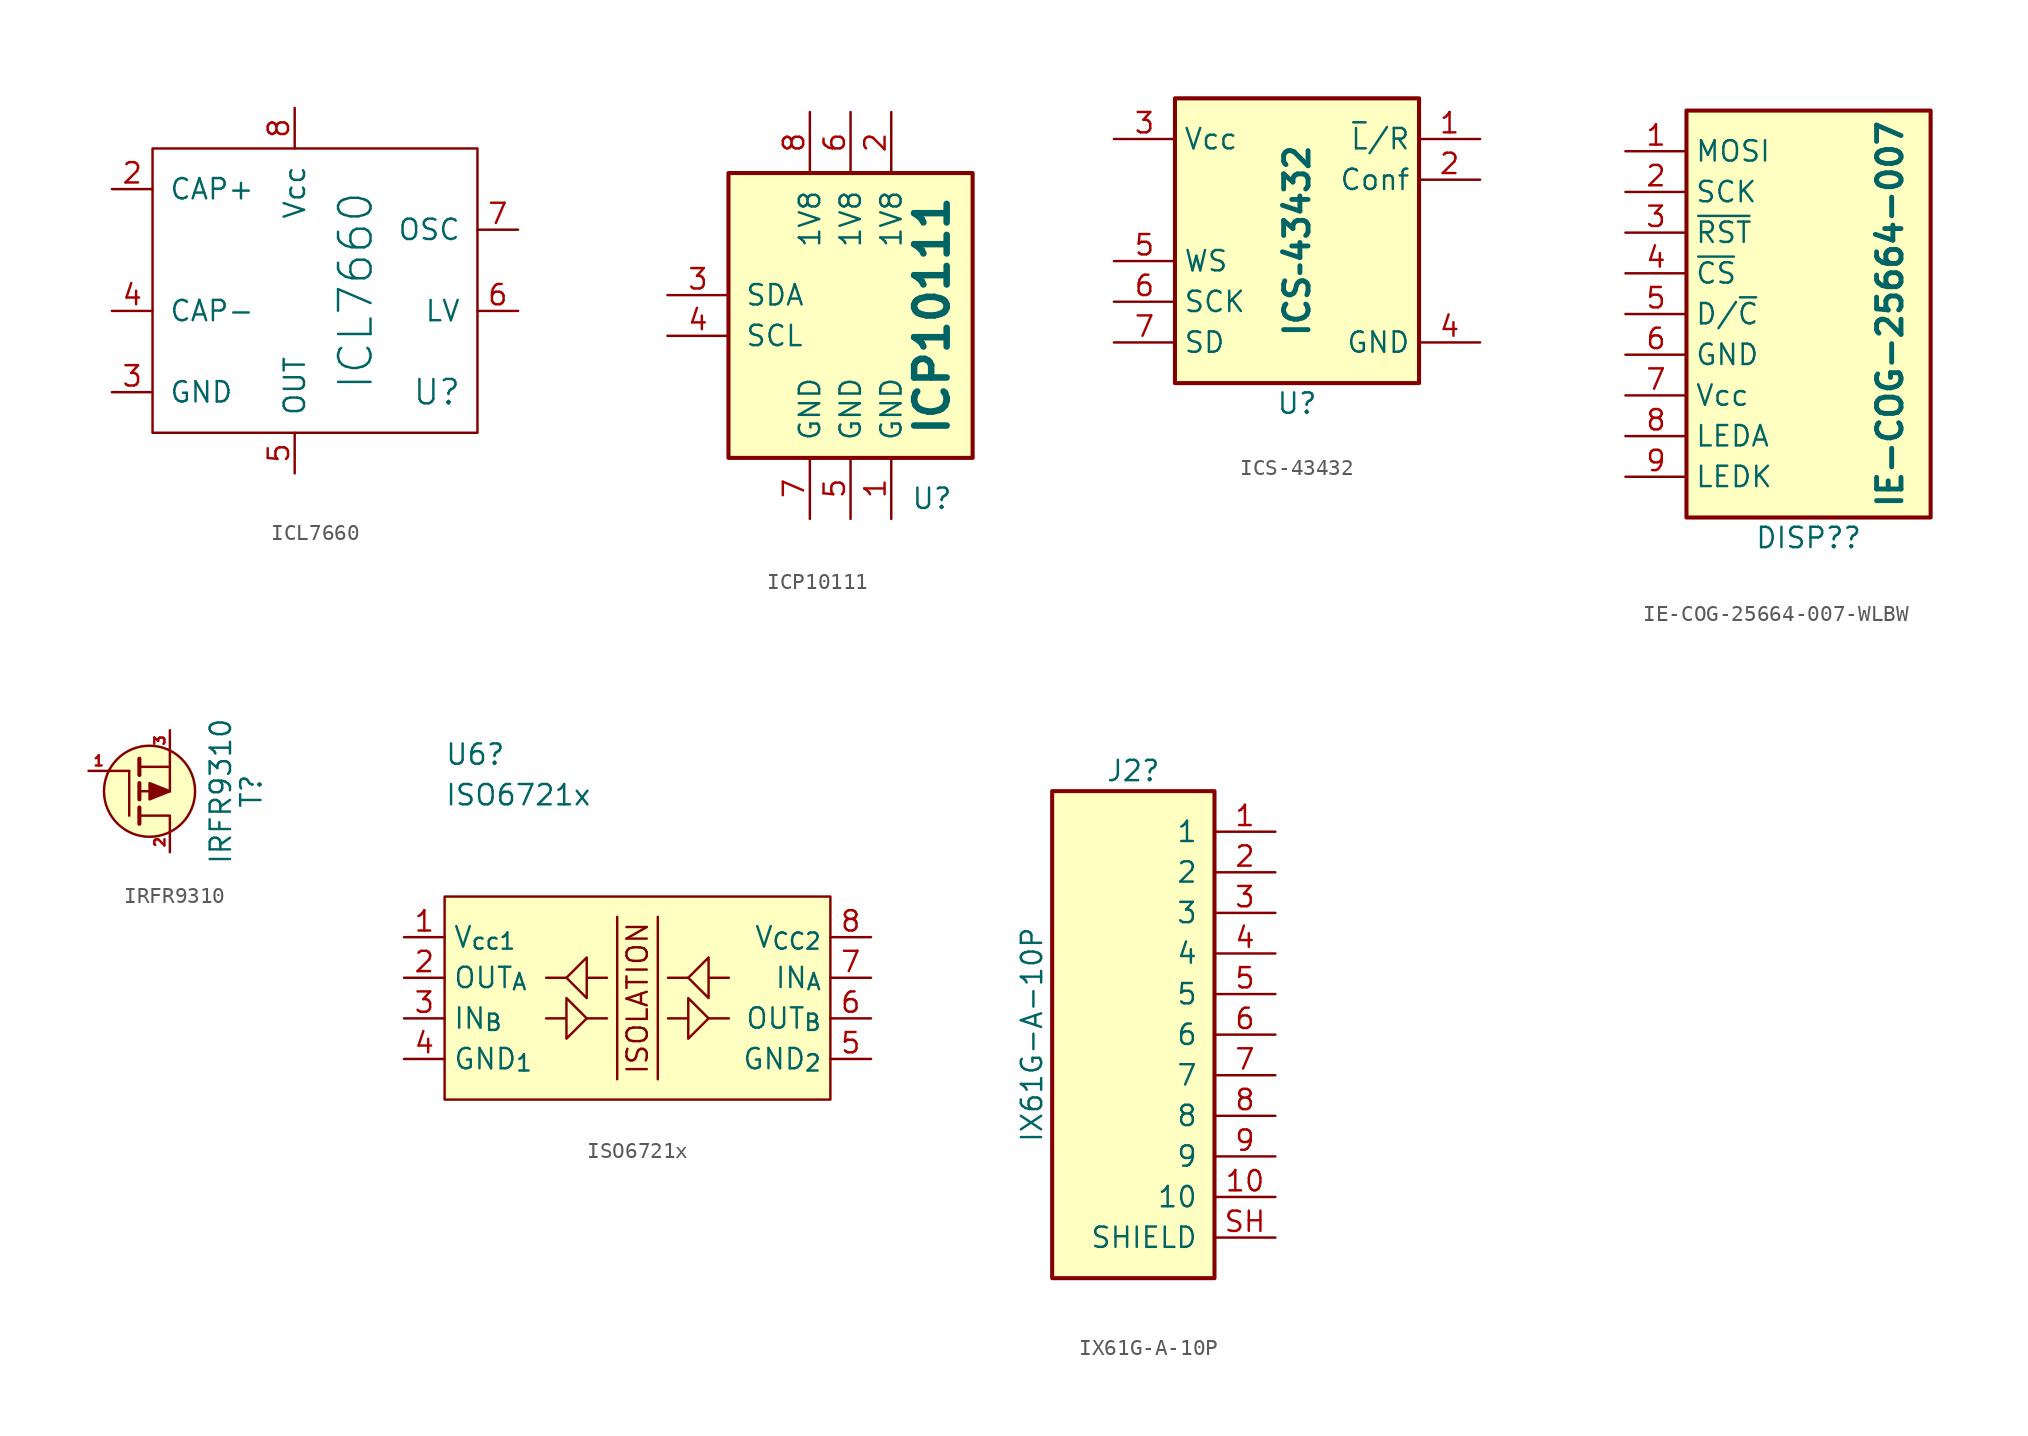
<source format=kicad_sym>
(kicad_symbol_lib
  (version 20231120)
  (generator "kicad_symbol_editor")
  (generator_version "8.0")
  (symbol "ICL7660"
    (pin_names
      (offset 1.016))
    (property "Reference" "U"
      (at 6.35 -5.08 0)
      (effects (font (size 1.524 1.524))))
    (property "Value" "ICL7660"
      (at 1.27 1.27 90)
      (effects (font (size 2.032 2.032))))
    (property "Footprint" ""
      (at 0 0 0)
      (effects (font (size 1.524 1.524))))
    (property "Datasheet" ""
      (at 0 0 0)
      (effects (font (size 1.524 1.524))))
    (symbol "ICL7660_0_1"
      (rectangle (start -11.43 10.16) (end 8.89 -7.62) (stroke (width 0) (type default)) (fill (type none))))
    (symbol "ICL7660_1_1"
      (pin passive line (at -13.97 7.62 0) (length 2.54) (name "CAP+" (effects (font (size 1.27 1.27)))) (number "2" (effects (font (size 1.27 1.27)))))
      (pin power_in line (at -13.97 -5.08 0) (length 2.54) (name "GND" (effects (font (size 1.27 1.27)))) (number "3" (effects (font (size 1.27 1.27)))))
      (pin passive line (at -13.97 0 0) (length 2.54) (name "CAP-" (effects (font (size 1.27 1.27)))) (number "4" (effects (font (size 1.27 1.27)))))
      (pin passive line (at -2.54 -10.16 90) (length 2.54) (name "OUT" (effects (font (size 1.27 1.27)))) (number "5" (effects (font (size 1.27 1.27)))))
      (pin passive line (at 11.43 0 180) (length 2.54) (name "LV" (effects (font (size 1.27 1.27)))) (number "6" (effects (font (size 1.27 1.27)))))
      (pin passive line (at 11.43 5.08 180) (length 2.54) (name "OSC" (effects (font (size 1.27 1.27)))) (number "7" (effects (font (size 1.27 1.27)))))
      (pin power_in line (at -2.54 12.7 270) (length 2.54) (name "Vcc" (effects (font (size 1.27 1.27)))) (number "8" (effects (font (size 1.27 1.27)))))))
  (symbol "ICP10111"
    (pin_names
      (offset 1.016))
    (property "Reference" "U"
      (at 5.08 -11.43 0)
      (effects (font (size 1.27 1.27))))
    (property "Value" "ICP10111"
      (at 5.08 0 90)
      (effects (font (size 2.032 2.032) (bold yes))))
    (symbol "ICP10111_0_1"
      (rectangle (start -7.62 8.89) (end 7.62 -8.89) (stroke (width 0.254) (type default)) (fill (type background))))
    (symbol "ICP10111_1_1"
      (pin passive line (at 2.54 -12.7 90) (length 3.81) (name "GND" (effects (font (size 1.27 1.27)))) (number "1" (effects (font (size 1.27 1.27)))))
      (pin passive line (at 2.54 12.7 270) (length 3.81) (name "1V8" (effects (font (size 1.27 1.27)))) (number "2" (effects (font (size 1.27 1.27)))))
      (pin passive line (at -11.43 1.27 0) (length 3.81) (name "SDA" (effects (font (size 1.27 1.27)))) (number "3" (effects (font (size 1.27 1.27)))))
      (pin passive line (at -11.43 -1.27 0) (length 3.81) (name "SCL" (effects (font (size 1.27 1.27)))) (number "4" (effects (font (size 1.27 1.27)))))
      (pin passive line (at 0 -12.7 90) (length 3.81) (name "GND" (effects (font (size 1.27 1.27)))) (number "5" (effects (font (size 1.27 1.27)))))
      (pin passive line (at 0 12.7 270) (length 3.81) (name "1V8" (effects (font (size 1.27 1.27)))) (number "6" (effects (font (size 1.27 1.27)))))
      (pin passive line (at -2.54 -12.7 90) (length 3.81) (name "GND" (effects (font (size 1.27 1.27)))) (number "7" (effects (font (size 1.27 1.27)))))
      (pin passive line (at -2.54 12.7 270) (length 3.81) (name "1V8" (effects (font (size 1.27 1.27)))) (number "8" (effects (font (size 1.27 1.27)))))))
  (symbol "ICS‐43432"
    (property "Reference" "U"
      (at 0 -10.16 0)
      (effects (font (size 1.27 1.27))))
    (property "Value" "ICS‐43432"
      (at 0 0 90)
      (effects (font (size 1.524 1.524) (bold yes))))
    (symbol "ICS‐43432_0_1"
      (rectangle (start -7.62 8.89) (end 7.62 -8.89) (stroke (width 0.254) (type default)) (fill (type background))))
    (symbol "ICS‐43432_1_1"
      (pin passive line (at 11.43 6.35 180) (length 3.81) (name "~{L}/R" (effects (font (size 1.27 1.27)))) (number "1" (effects (font (size 1.27 1.27)))))
      (pin passive line (at 11.43 3.81 180) (length 3.81) (name "Conf" (effects (font (size 1.27 1.27)))) (number "2" (effects (font (size 1.27 1.27)))))
      (pin passive line (at -11.43 6.35 0) (length 3.81) (name "Vcc" (effects (font (size 1.27 1.27)))) (number "3" (effects (font (size 1.27 1.27)))))
      (pin passive line (at 11.43 -6.35 180) (length 3.81) (name "GND" (effects (font (size 1.27 1.27)))) (number "4" (effects (font (size 1.27 1.27)))))
      (pin passive line (at -11.43 -1.27 0) (length 3.81) (name "WS" (effects (font (size 1.27 1.27)))) (number "5" (effects (font (size 1.27 1.27)))))
      (pin passive line (at -11.43 -3.81 0) (length 3.81) (name "SCK" (effects (font (size 1.27 1.27)))) (number "6" (effects (font (size 1.27 1.27)))))
      (pin passive line (at -11.43 -6.35 0) (length 3.81) (name "SD" (effects (font (size 1.27 1.27)))) (number "7" (effects (font (size 1.27 1.27)))))))
  (symbol "IE-COG-25664-007-WLBW"
    (property "Reference" "DISP?"
      (at 0 -13.97 0)
      (effects (font (size 1.27 1.27))))
    (property "Value" "IE-COG-25664-007"
      (at 5.08 0 90)
      (effects (font (size 1.524 1.524) (bold yes))))
    (symbol "IE-COG-25664-007-WLBW_1_1"
      (rectangle (start -7.62 12.7) (end 7.62 -12.7) (stroke (width 0.254) (type default)) (fill (type background)))
      (pin passive line (at -11.43 10.16 0) (length 3.81) (name "MOSI" (effects (font (size 1.27 1.27)))) (number "1" (effects (font (size 1.27 1.27)))))
      (pin passive line (at -11.43 7.62 0) (length 3.81) (name "SCK" (effects (font (size 1.27 1.27)))) (number "2" (effects (font (size 1.27 1.27)))))
      (pin passive line (at -11.43 5.08 0) (length 3.81) (name "~{RST}" (effects (font (size 1.27 1.27)))) (number "3" (effects (font (size 1.27 1.27)))))
      (pin passive line (at -11.43 2.54 0) (length 3.81) (name "~{CS}" (effects (font (size 1.27 1.27)))) (number "4" (effects (font (size 1.27 1.27)))))
      (pin passive line (at -11.43 0 0) (length 3.81) (name "D/~{C}" (effects (font (size 1.27 1.27)))) (number "5" (effects (font (size 1.27 1.27)))))
      (pin passive line (at -11.43 -2.54 0) (length 3.81) (name "GND" (effects (font (size 1.27 1.27)))) (number "6" (effects (font (size 1.27 1.27)))))
      (pin passive line (at -11.43 -5.08 0) (length 3.81) (name "Vcc" (effects (font (size 1.27 1.27)))) (number "7" (effects (font (size 1.27 1.27)))))
      (pin passive line (at -11.43 -7.62 0) (length 3.81) (name "LEDA" (effects (font (size 1.27 1.27)))) (number "8" (effects (font (size 1.27 1.27)))))
      (pin passive line (at -11.43 -10.16 0) (length 3.81) (name "LEDK" (effects (font (size 1.27 1.27)))) (number "9" (effects (font (size 1.27 1.27)))))))
  (symbol "IRFR9310"
    (pin_names
      (offset 0) hide)
    (property "Reference" "T"
      (at 6.35 0 90)
      (effects (font (size 1.27 1.27))))
    (property "Value" "IRFR9310"
      (at 4.445 0 90)
      (effects (font (size 1.27 1.27))))
    (property "Datasheet" ""
      (at 0 0 0)
      (effects (font (size 1.524 1.524))))
    (symbol "IRFR9310_0_1"
      (polyline (pts (xy -1.27 -1.524) (xy -1.27 1.27)) (stroke (width 0) (type default)) (fill (type none)))
      (polyline (pts (xy -1.27 1.27) (xy -2.54 1.27)) (stroke (width 0) (type default)) (fill (type none)))
      (polyline (pts (xy -0.635 -1.016) (xy -0.635 -2.032)) (stroke (width 0.254) (type default)) (fill (type none)))
      (polyline (pts (xy -0.635 0.508) (xy -0.635 -0.508)) (stroke (width 0.254) (type default)) (fill (type none)))
      (polyline (pts (xy -0.635 1.016) (xy -0.635 2.032)) (stroke (width 0.254) (type default)) (fill (type none)))
      (polyline (pts (xy -0.508 0) (xy 0.254 0)) (stroke (width 0) (type default)) (fill (type none)))
      (polyline (pts (xy 0.635 0) (xy 1.27 0)) (stroke (width 0) (type default)) (fill (type none)))
      (polyline (pts (xy 1.27 1.524) (xy 1.27 0)) (stroke (width 0) (type default)) (fill (type none)))
      (polyline (pts (xy -0.635 -1.524) (xy 1.27 -1.524) (xy 1.27 -2.54)) (stroke (width 0) (type default)) (fill (type none)))
      (polyline (pts (xy 1.27 2.54) (xy 1.27 1.524) (xy -0.635 1.524)) (stroke (width 0) (type default)) (fill (type none)))
      (polyline (pts (xy 1.27 0) (xy 0 0.508) (xy 0 -0.508) (xy 1.27 0)) (stroke (width 0) (type default)) (fill (type outline)))
      (circle (center 0 0) (radius 2.845) (stroke (width 0) (type default)) (fill (type background))))
    (symbol "IRFR9310_1_1"
      (pin input line (at -3.81 1.27 0) (length 1.27) (name "~" (effects (font (size 0.635 0.635)))) (number "1" (effects (font (size 0.635 0.635)))))
      (pin passive line (at 1.27 -3.81 90) (length 1.27) (name "~" (effects (font (size 0.635 0.635)))) (number "2" (effects (font (size 0.635 0.635)))))
      (pin passive line (at 1.27 3.81 270) (length 1.27) (name "~" (effects (font (size 0.635 0.635)))) (number "3" (effects (font (size 0.635 0.635)))))))
  (symbol "ISO6721x"
    (property "Reference" "U6"
      (at 0 8.89 0)
      (effects (font (size 1.27 1.27)) (justify left)))
    (property "Value" "ISO6721x"
      (at 0 6.35 0)
      (effects (font (size 1.27 1.27)) (justify left)))
    (symbol "ISO6721x_0_0"
      (text "ISOLATION" (at 12.065 -6.35 900) (effects (font (size 1.27 1.27)))))
    (symbol "ISO6721x_0_1"
      (polyline (pts (xy 7.62 -5.08) (xy 6.35 -5.08)) (stroke (width 0) (type default)) (fill (type none)))
      (polyline (pts (xy 8.89 -7.62) (xy 10.16 -7.62)) (stroke (width 0) (type default)) (fill (type none)))
      (polyline (pts (xy 10.795 -1.27) (xy 10.795 -11.43)) (stroke (width 0) (type default)) (fill (type none)))
      (polyline (pts (xy 13.335 -1.27) (xy 13.335 -11.43)) (stroke (width 0) (type default)) (fill (type none)))
      (polyline (pts (xy 15.24 -5.08) (xy 13.97 -5.08)) (stroke (width 0) (type default)) (fill (type none)))
      (polyline (pts (xy 16.51 -7.62) (xy 17.78 -7.62)) (stroke (width 0) (type default)) (fill (type none)))
      (polyline (pts (xy 6.35 -7.62) (xy 7.62 -7.62) (xy 7.62 -6.35) (xy 8.89 -7.62) (xy 7.62 -8.89) (xy 7.62 -7.62)) (stroke (width 0) (type default)) (fill (type none)))
      (polyline (pts (xy 10.16 -5.08) (xy 8.89 -5.08) (xy 8.89 -6.35) (xy 7.62 -5.08) (xy 8.89 -3.81) (xy 8.89 -5.08)) (stroke (width 0) (type default)) (fill (type none)))
      (polyline (pts (xy 13.97 -7.62) (xy 15.24 -7.62) (xy 15.24 -6.35) (xy 16.51 -7.62) (xy 15.24 -8.89) (xy 15.24 -7.62)) (stroke (width 0) (type default)) (fill (type none)))
      (polyline (pts (xy 17.78 -5.08) (xy 16.51 -5.08) (xy 16.51 -6.35) (xy 15.24 -5.08) (xy 16.51 -3.81) (xy 16.51 -5.08)) (stroke (width 0) (type default)) (fill (type none)))
      (rectangle (start 0 0) (end 24.13 -12.7) (stroke (width 0) (type default)) (fill (type background))))
    (symbol "ISO6721x_1_1"
      (pin passive line (at -2.54 -2.54 0) (length 2.54) (name "V_{cc1}" (effects (font (size 1.27 1.27)))) (number "1" (effects (font (size 1.27 1.27)))))
      (pin passive line (at -2.54 -5.08 0) (length 2.54) (name "OUT_{A}" (effects (font (size 1.27 1.27)))) (number "2" (effects (font (size 1.27 1.27)))))
      (pin passive line (at -2.54 -7.62 0) (length 2.54) (name "IN_{B}" (effects (font (size 1.27 1.27)))) (number "3" (effects (font (size 1.27 1.27)))))
      (pin passive line (at -2.54 -10.16 0) (length 2.54) (name "GND_{1}" (effects (font (size 1.27 1.27)))) (number "4" (effects (font (size 1.27 1.27)))))
      (pin passive line (at 26.67 -10.16 180) (length 2.54) (name "GND_{2}" (effects (font (size 1.27 1.27)))) (number "5" (effects (font (size 1.27 1.27)))))
      (pin passive line (at 26.67 -7.62 180) (length 2.54) (name "OUT_{B}" (effects (font (size 1.27 1.27)))) (number "6" (effects (font (size 1.27 1.27)))))
      (pin passive line (at 26.67 -5.08 180) (length 2.54) (name "IN_{A}" (effects (font (size 1.27 1.27)))) (number "7" (effects (font (size 1.27 1.27)))))
      (pin passive line (at 26.67 -2.54 180) (length 2.54) (name "V_{CC2}" (effects (font (size 1.27 1.27)))) (number "8" (effects (font (size 1.27 1.27)))))))
  (symbol "IX61G-A-10P"
    (pin_names
      (offset 1.016))
    (property "Reference" "J2"
      (at 0 16.51 0)
      (effects (font (size 1.27 1.27))))
    (property "Value" "IX61G-A-10P"
      (at -6.35 0 90)
      (effects (font (size 1.27 1.27))))
    (symbol "IX61G-A-10P_0_0"
      (rectangle (start -5.08 15.24) (end 5.08 -15.24) (stroke (width 0.254) (type default)) (fill (type background))))
    (symbol "IX61G-A-10P_1_0"
      (pin passive line (at 8.89 12.7 180) (length 3.81) (name "1" (effects (font (size 1.27 1.27)))) (number "1" (effects (font (size 1.27 1.27)))))
      (pin passive line (at 8.89 -10.16 180) (length 3.81) (name "10" (effects (font (size 1.27 1.27)))) (number "10" (effects (font (size 1.27 1.27)))))
      (pin passive line (at 8.89 10.16 180) (length 3.81) (name "2" (effects (font (size 1.27 1.27)))) (number "2" (effects (font (size 1.27 1.27)))))
      (pin passive line (at 8.89 7.62 180) (length 3.81) (name "3" (effects (font (size 1.27 1.27)))) (number "3" (effects (font (size 1.27 1.27)))))
      (pin passive line (at 8.89 5.08 180) (length 3.81) (name "4" (effects (font (size 1.27 1.27)))) (number "4" (effects (font (size 1.27 1.27)))))
      (pin passive line (at 8.89 2.54 180) (length 3.81) (name "5" (effects (font (size 1.27 1.27)))) (number "5" (effects (font (size 1.27 1.27)))))
      (pin passive line (at 8.89 0 180) (length 3.81) (name "6" (effects (font (size 1.27 1.27)))) (number "6" (effects (font (size 1.27 1.27)))))
      (pin passive line (at 8.89 -2.54 180) (length 3.81) (name "7" (effects (font (size 1.27 1.27)))) (number "7" (effects (font (size 1.27 1.27)))))
      (pin passive line (at 8.89 -5.08 180) (length 3.81) (name "8" (effects (font (size 1.27 1.27)))) (number "8" (effects (font (size 1.27 1.27)))))
      (pin passive line (at 8.89 -7.62 180) (length 3.81) (name "9" (effects (font (size 1.27 1.27)))) (number "9" (effects (font (size 1.27 1.27)))))
      (pin passive line (at 8.89 -12.7 180) (length 3.81) (name "SHIELD" (effects (font (size 1.27 1.27)))) (number "SH" (effects (font (size 1.27 1.27))))))))
</source>
